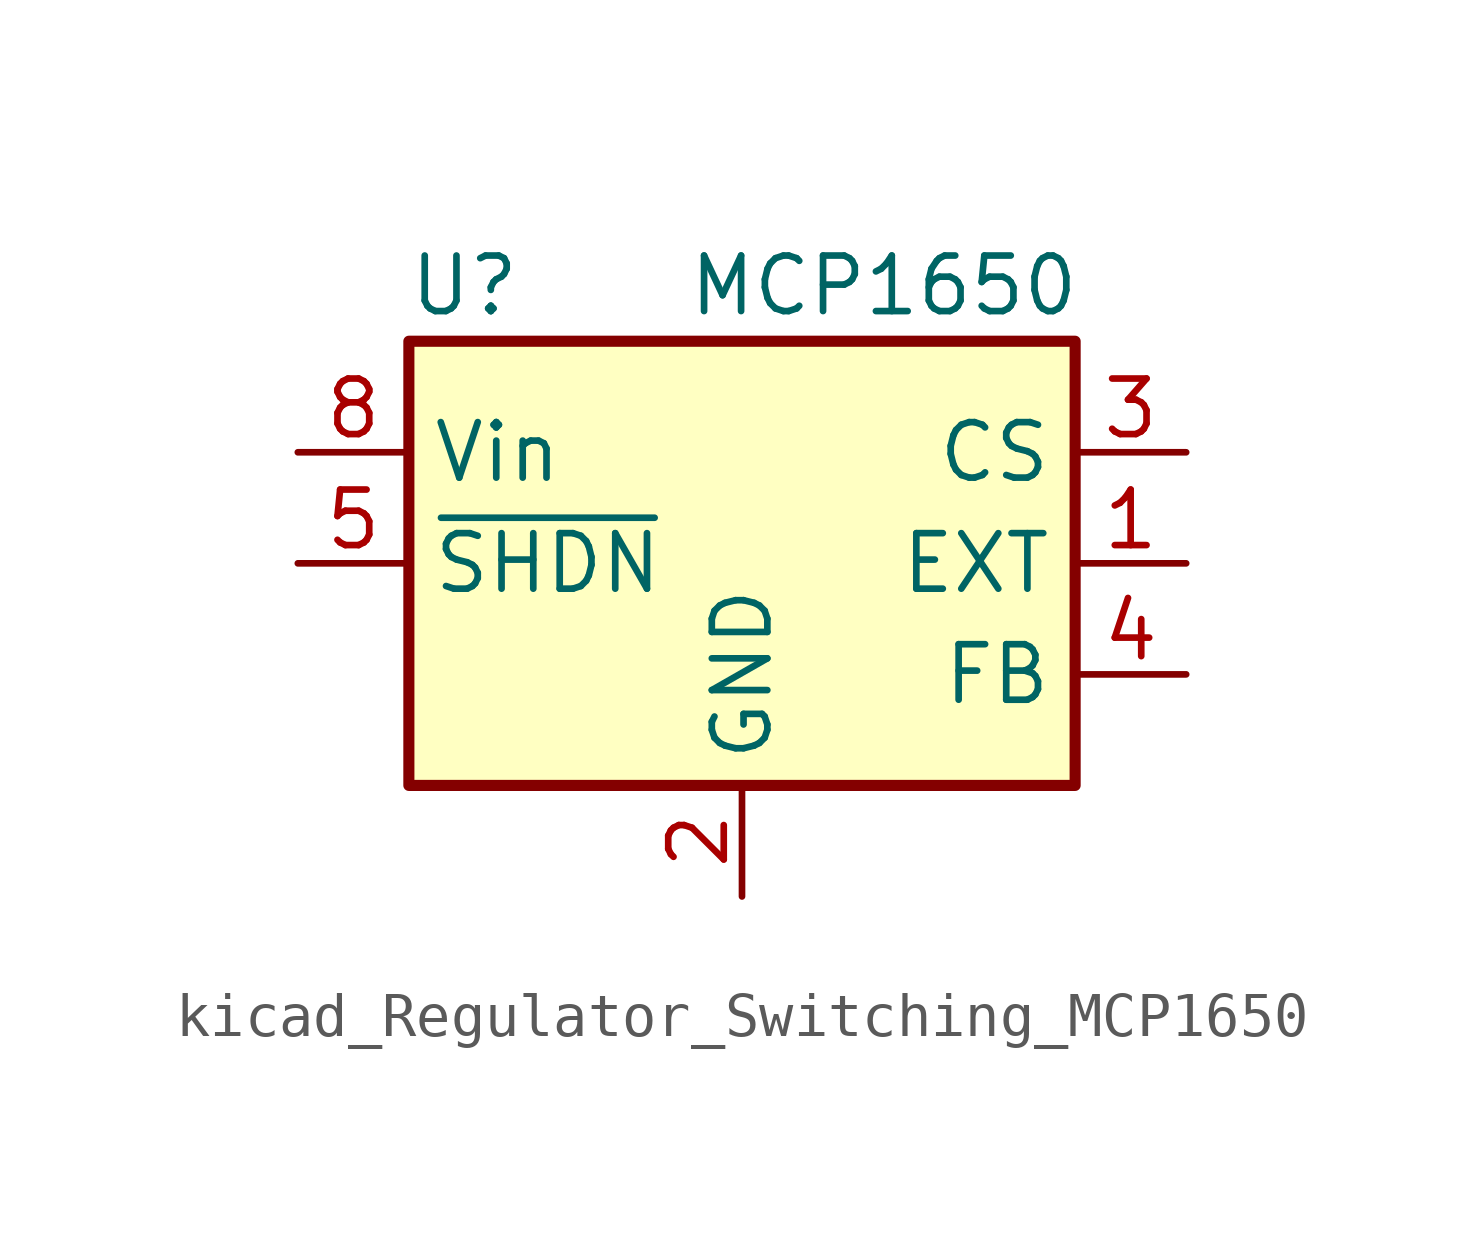
<source format=kicad_sym>
(kicad_symbol_lib
  (version 20220914)
  (generator kicad_symbol_editor)
  (symbol "kicad_Regulator_Switching_MCP1650"
    (property "Reference" "U"
      (at -6.35 6.35 0)
      (effects (font (size 1.27 1.27))))
    (property "Value" "MCP1650"
      (at -1.27 6.35 0)
      (effects (font (size 1.27 1.27)) (justify left)))
    (symbol "kicad_Regulator_Switching_MCP1650_0_1"
      (rectangle (start -7.62 5.08) (end 7.62 -5.08) (stroke (width 0.254) (type default)) (fill (type background))))
    (symbol "kicad_Regulator_Switching_MCP1650_1_1"
      (pin open_emitter line (at 10.16 0 180) (length 2.54) (name "EXT" (effects (font (size 1.27 1.27)))) (number "1" (effects (font (size 1.27 1.27)))))
      (pin power_in line (at 0 -7.62 90) (length 2.54) (name "GND" (effects (font (size 1.27 1.27)))) (number "2" (effects (font (size 1.27 1.27)))))
      (pin input line (at 10.16 2.54 180) (length 2.54) (name "CS" (effects (font (size 1.27 1.27)))) (number "3" (effects (font (size 1.27 1.27)))))
      (pin input line (at 10.16 -2.54 180) (length 2.54) (name "FB" (effects (font (size 1.27 1.27)))) (number "4" (effects (font (size 1.27 1.27)))))
      (pin input line (at -10.16 0 0) (length 2.54) (name "~{SHDN}" (effects (font (size 1.27 1.27)))) (number "5" (effects (font (size 1.27 1.27)))))
      (pin no_connect line (at -2.54 -5.08 90) (length 2.54) hide (name "NC" (effects (font (size 1.27 1.27)))) (number "6" (effects (font (size 1.27 1.27)))))
      (pin no_connect line (at -7.62 -2.54 0) (length 2.54) hide (name "NC" (effects (font (size 1.27 1.27)))) (number "7" (effects (font (size 1.27 1.27)))))
      (pin power_in line (at -10.16 2.54 0) (length 2.54) (name "Vin" (effects (font (size 1.27 1.27)))) (number "8" (effects (font (size 1.27 1.27))))))))
</source>
